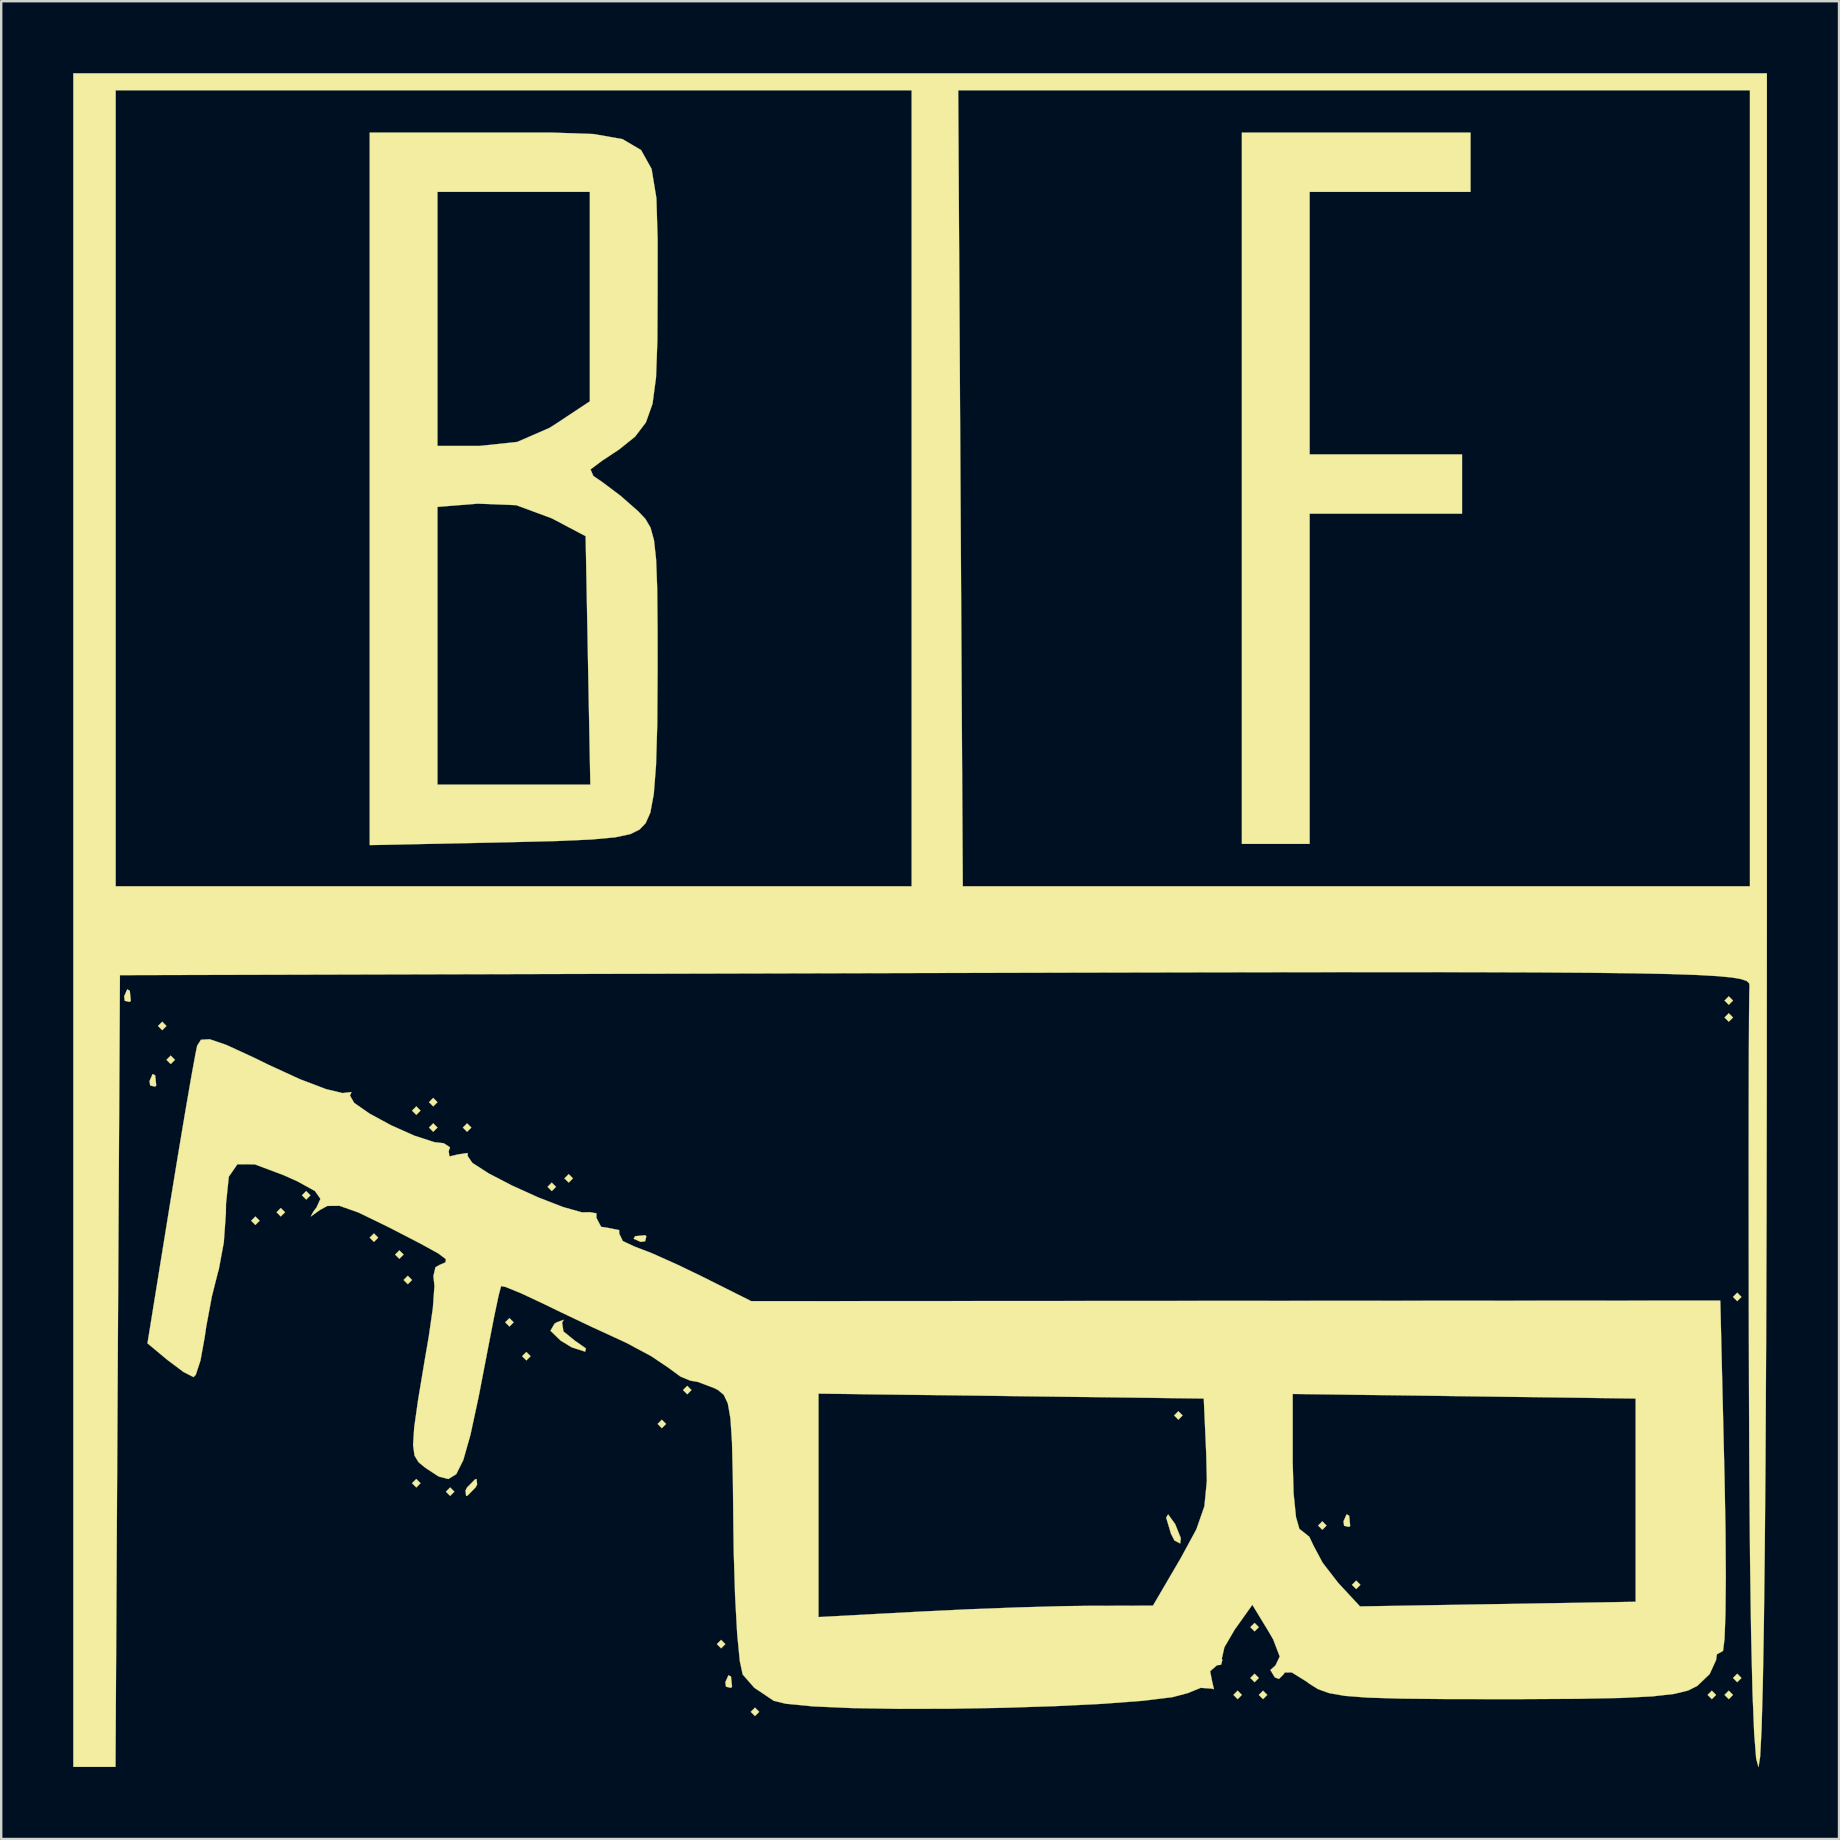
<source format=kicad_pcb>
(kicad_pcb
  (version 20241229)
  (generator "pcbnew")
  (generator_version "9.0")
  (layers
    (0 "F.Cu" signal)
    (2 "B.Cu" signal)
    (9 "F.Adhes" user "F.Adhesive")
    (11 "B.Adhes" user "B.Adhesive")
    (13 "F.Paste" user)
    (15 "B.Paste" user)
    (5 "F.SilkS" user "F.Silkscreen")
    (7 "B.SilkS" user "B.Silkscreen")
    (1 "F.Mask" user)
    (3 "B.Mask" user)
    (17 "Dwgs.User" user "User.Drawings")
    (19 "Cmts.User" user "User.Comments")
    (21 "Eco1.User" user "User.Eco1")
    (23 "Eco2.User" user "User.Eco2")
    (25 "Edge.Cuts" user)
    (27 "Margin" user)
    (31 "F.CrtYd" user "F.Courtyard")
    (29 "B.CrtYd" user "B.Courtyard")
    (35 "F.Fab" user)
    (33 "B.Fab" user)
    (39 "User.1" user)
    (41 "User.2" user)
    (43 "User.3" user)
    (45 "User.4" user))
  (footprint "fp"
    (layer "F.Cu")
    (at 35.283 35.283)
    (property "Reference" "fp" (at 0 0 0) (layer "F.SilkS") (effects (font (size 1.524 1.524) (thickness 0.3))))
    (attr through_hole)
    (fp_poly (pts (xy -31.397 4.41) (xy -31.574 4.586) (xy -31.75 4.41) (xy -31.574 4.233) (xy -31.397 4.41)) (stroke (width 0.01) (type solid)) (fill yes) (layer "F.SilkS"))
    (fp_poly (pts (xy -31.044 5.821) (xy -31.221 5.997) (xy -31.397 5.821) (xy -31.221 5.644) (xy -31.044 5.821)) (stroke (width 0.01) (type solid)) (fill yes) (layer "F.SilkS"))
    (fp_poly (pts (xy -27.517 12.524) (xy -27.693 12.7) (xy -27.869 12.524) (xy -27.693 12.347) (xy -27.517 12.524)) (stroke (width 0.01) (type solid)) (fill yes) (layer "F.SilkS"))
    (fp_poly (pts (xy -26.458 12.171) (xy -26.635 12.347) (xy -26.811 12.171) (xy -26.635 11.994) (xy -26.458 12.171)) (stroke (width 0.01) (type solid)) (fill yes) (layer "F.SilkS"))
    (fp_poly (pts (xy -25.4 11.465) (xy -25.576 11.642) (xy -25.753 11.465) (xy -25.576 11.289) (xy -25.4 11.465)) (stroke (width 0.01) (type solid)) (fill yes) (layer "F.SilkS"))
    (fp_poly (pts (xy -22.578 13.229) (xy -22.754 13.406) (xy -22.931 13.229) (xy -22.754 13.053) (xy -22.578 13.229)) (stroke (width 0.01) (type solid)) (fill yes) (layer "F.SilkS"))
    (fp_poly (pts (xy -21.519 13.935) (xy -21.696 14.111) (xy -21.872 13.935) (xy -21.696 13.758) (xy -21.519 13.935)) (stroke (width 0.01) (type solid)) (fill yes) (layer "F.SilkS"))
    (fp_poly (pts (xy -21.167 14.993) (xy -21.343 15.169) (xy -21.519 14.993) (xy -21.343 14.817) (xy -21.167 14.993)) (stroke (width 0.01) (type solid)) (fill yes) (layer "F.SilkS"))
    (fp_poly (pts (xy -20.814 7.938) (xy -20.99 8.114) (xy -21.167 7.938) (xy -20.99 7.761) (xy -20.814 7.938)) (stroke (width 0.01) (type solid)) (fill yes) (layer "F.SilkS"))
    (fp_poly (pts (xy -20.814 23.46) (xy -20.99 23.636) (xy -21.167 23.46) (xy -20.99 23.283) (xy -20.814 23.46)) (stroke (width 0.01) (type solid)) (fill yes) (layer "F.SilkS"))
    (fp_poly (pts (xy -20.108 7.585) (xy -20.285 7.761) (xy -20.461 7.585) (xy -20.285 7.408) (xy -20.108 7.585)) (stroke (width 0.01) (type solid)) (fill yes) (layer "F.SilkS"))
    (fp_poly (pts (xy -20.108 8.643) (xy -20.285 8.819) (xy -20.461 8.643) (xy -20.285 8.467) (xy -20.108 8.643)) (stroke (width 0.01) (type solid)) (fill yes) (layer "F.SilkS"))
    (fp_poly (pts (xy -19.403 23.812) (xy -19.579 23.989) (xy -19.756 23.812) (xy -19.579 23.636) (xy -19.403 23.812)) (stroke (width 0.01) (type solid)) (fill yes) (layer "F.SilkS"))
    (fp_poly (pts (xy -18.697 8.643) (xy -18.874 8.819) (xy -19.05 8.643) (xy -18.874 8.467) (xy -18.697 8.643)) (stroke (width 0.01) (type solid)) (fill yes) (layer "F.SilkS"))
    (fp_poly (pts (xy -16.933 16.757) (xy -17.11 16.933) (xy -17.286 16.757) (xy -17.11 16.581) (xy -16.933 16.757)) (stroke (width 0.01) (type solid)) (fill yes) (layer "F.SilkS"))
    (fp_poly (pts (xy -16.228 18.168) (xy -16.404 18.344) (xy -16.581 18.168) (xy -16.404 17.992) (xy -16.228 18.168)) (stroke (width 0.01) (type solid)) (fill yes) (layer "F.SilkS"))
    (fp_poly (pts (xy -15.169 11.113) (xy -15.346 11.289) (xy -15.522 11.113) (xy -15.346 10.936) (xy -15.169 11.113)) (stroke (width 0.01) (type solid)) (fill yes) (layer "F.SilkS"))
    (fp_poly (pts (xy -14.464 10.76) (xy -14.64 10.936) (xy -14.817 10.76) (xy -14.64 10.583) (xy -14.464 10.76)) (stroke (width 0.01) (type solid)) (fill yes) (layer "F.SilkS"))
    (fp_poly (pts (xy -10.583 20.99) (xy -10.76 21.167) (xy -10.936 20.99) (xy -10.76 20.814) (xy -10.583 20.99)) (stroke (width 0.01) (type solid)) (fill yes) (layer "F.SilkS"))
    (fp_poly (pts (xy -9.525 19.579) (xy -9.701 19.756) (xy -9.878 19.579) (xy -9.701 19.403) (xy -9.525 19.579)) (stroke (width 0.01) (type solid)) (fill yes) (layer "F.SilkS"))
    (fp_poly (pts (xy -8.114 30.163) (xy -8.29 30.339) (xy -8.467 30.163) (xy -8.29 29.986) (xy -8.114 30.163)) (stroke (width 0.01) (type solid)) (fill yes) (layer "F.SilkS"))
    (fp_poly (pts (xy -6.703 32.985) (xy -6.879 33.161) (xy -7.056 32.985) (xy -6.879 32.808) (xy -6.703 32.985)) (stroke (width 0.01) (type solid)) (fill yes) (layer "F.SilkS"))
    (fp_poly (pts (xy 10.936 20.637) (xy 10.76 20.814) (xy 10.583 20.637) (xy 10.76 20.461) (xy 10.936 20.637)) (stroke (width 0.01) (type solid)) (fill yes) (layer "F.SilkS"))
    (fp_poly (pts (xy 13.406 32.279) (xy 13.229 32.456) (xy 13.053 32.279) (xy 13.229 32.103) (xy 13.406 32.279)) (stroke (width 0.01) (type solid)) (fill yes) (layer "F.SilkS"))
    (fp_poly (pts (xy 14.111 29.457) (xy 13.935 29.633) (xy 13.758 29.457) (xy 13.935 29.281) (xy 14.111 29.457)) (stroke (width 0.01) (type solid)) (fill yes) (layer "F.SilkS"))
    (fp_poly (pts (xy 14.111 31.574) (xy 13.935 31.75) (xy 13.758 31.574) (xy 13.935 31.397) (xy 14.111 31.574)) (stroke (width 0.01) (type solid)) (fill yes) (layer "F.SilkS"))
    (fp_poly (pts (xy 14.464 32.279) (xy 14.287 32.456) (xy 14.111 32.279) (xy 14.287 32.103) (xy 14.464 32.279)) (stroke (width 0.01) (type solid)) (fill yes) (layer "F.SilkS"))
    (fp_poly (pts (xy 16.933 25.224) (xy 16.757 25.4) (xy 16.581 25.224) (xy 16.757 25.047) (xy 16.933 25.224)) (stroke (width 0.01) (type solid)) (fill yes) (layer "F.SilkS"))
    (fp_poly (pts (xy 18.344 27.693) (xy 18.168 27.869) (xy 17.992 27.693) (xy 18.168 27.517) (xy 18.344 27.693)) (stroke (width 0.01) (type solid)) (fill yes) (layer "F.SilkS"))
    (fp_poly (pts (xy 33.161 32.279) (xy 32.985 32.456) (xy 32.808 32.279) (xy 32.985 32.103) (xy 33.161 32.279)) (stroke (width 0.01) (type solid)) (fill yes) (layer "F.SilkS"))
    (fp_poly (pts (xy 33.867 3.351) (xy 33.69 3.528) (xy 33.514 3.351) (xy 33.69 3.175) (xy 33.867 3.351)) (stroke (width 0.01) (type solid)) (fill yes) (layer "F.SilkS"))
    (fp_poly (pts (xy 33.867 4.057) (xy 33.69 4.233) (xy 33.514 4.057) (xy 33.69 3.881) (xy 33.867 4.057)) (stroke (width 0.01) (type solid)) (fill yes) (layer "F.SilkS"))
    (fp_poly (pts (xy 33.867 32.279) (xy 33.69 32.456) (xy 33.514 32.279) (xy 33.69 32.103) (xy 33.867 32.279)) (stroke (width 0.01) (type solid)) (fill yes) (layer "F.SilkS"))
    (fp_poly (pts (xy 34.219 15.699) (xy 34.043 15.875) (xy 33.867 15.699) (xy 34.043 15.522) (xy 34.219 15.699)) (stroke (width 0.01) (type solid)) (fill yes) (layer "F.SilkS"))
    (fp_poly (pts (xy 34.219 31.574) (xy 34.043 31.75) (xy 33.867 31.574) (xy 34.043 31.397) (xy 34.219 31.574)) (stroke (width 0.01) (type solid)) (fill yes) (layer "F.SilkS"))
    (fp_poly (pts (xy -32.926 2.94) (xy -32.884 3.358) (xy -32.926 3.41) (xy -33.136 3.362) (xy -33.161 3.175) (xy -33.032 2.885) (xy -32.926 2.94)) (stroke (width 0.01) (type solid)) (fill yes) (layer "F.SilkS"))
    (fp_poly (pts (xy -31.868 6.468) (xy -31.825 6.886) (xy -31.868 6.938) (xy -32.077 6.89) (xy -32.103 6.703) (xy -31.974 6.412) (xy -31.868 6.468)) (stroke (width 0.01) (type solid)) (fill yes) (layer "F.SilkS"))
    (fp_poly (pts (xy -11.406 13.17) (xy -11.455 13.38) (xy -11.642 13.406) (xy -11.932 13.276) (xy -11.877 13.17) (xy -11.458 13.128) (xy -11.406 13.17)) (stroke (width 0.01) (type solid)) (fill yes) (layer "F.SilkS"))
    (fp_poly (pts (xy -7.879 31.515) (xy -7.836 31.933) (xy -7.879 31.985) (xy -8.088 31.937) (xy -8.114 31.75) (xy -7.985 31.46) (xy -7.879 31.515)) (stroke (width 0.01) (type solid)) (fill yes) (layer "F.SilkS"))
    (fp_poly (pts (xy 17.874 24.812) (xy 17.916 25.231) (xy 17.874 25.282) (xy 17.664 25.234) (xy 17.639 25.047) (xy 17.768 24.757) (xy 17.874 24.812)) (stroke (width 0.01) (type solid)) (fill yes) (layer "F.SilkS"))
    (fp_poly (pts (xy 10.626 25.162) (xy 10.86 25.746) (xy 10.836 25.971) (xy 10.595 25.845) (xy 10.451 25.563) (xy 10.251 24.893) (xy 10.333 24.759) (xy 10.626 25.162)) (stroke (width 0.01) (type solid)) (fill yes) (layer "F.SilkS"))
    (fp_poly (pts (xy -18.455 23.511) (xy -18.521 23.636) (xy -18.853 23.973) (xy -18.915 23.989) (xy -18.939 23.761) (xy -18.874 23.636) (xy -18.541 23.299) (xy -18.479 23.283) (xy -18.455 23.511)) (stroke (width 0.01) (type solid)) (fill yes) (layer "F.SilkS"))
    (fp_poly (pts (xy 22.931 -30.339) (xy 16.228 -30.339) (xy 16.228 -19.403) (xy 22.578 -19.403) (xy 22.578 -16.933) (xy 16.228 -16.933) (xy 16.228 -3.175) (xy 13.406 -3.175) (xy 13.406 -32.808) (xy 22.931 -32.808) (xy 22.931 -30.339)) (stroke (width 0.01) (type solid)) (fill yes) (layer "F.SilkS"))
    (fp_poly (pts (xy -14.916 16.77) (xy -14.859 17.136) (xy -14.387 17.52) (xy -13.922 17.846) (xy -13.955 17.979) (xy -14.516 17.798) (xy -14.979 17.516) (xy -15.4 17.108) (xy -15.232 16.815) (xy -15.135 16.754) (xy -14.846 16.651) (xy -14.916 16.77)) (stroke (width 0.01) (type solid)) (fill yes) (layer "F.SilkS"))
    (fp_poly (pts (xy -13.595 -32.748) (xy -12.397 -32.536) (xy -11.626 -32.082) (xy -11.187 -31.296) (xy -10.987 -30.085) (xy -10.935 -28.36) (xy -10.936 -26.266) (xy -10.946 -24.149) (xy -11.002 -22.607) (xy -11.148 -21.512) (xy -11.424 -20.734) (xy -11.874 -20.142) (xy -12.539 -19.608) (xy -13.25 -19.138) (xy -13.731 -18.777) (xy -13.614 -18.503) (xy -13.25 -18.256) (xy -12.487 -17.683) (xy -11.751 -17.038) (xy -11.448 -16.719) (xy -11.232 -16.354) (xy -11.087 -15.828) (xy -10.999 -15.025) (xy -10.954 -13.832) (xy -10.938 -12.133) (xy -10.936 -10.49) (xy -10.951 -8.164) (xy -11.002 -6.448) (xy -11.096 -5.249) (xy -11.24 -4.475) (xy -11.436 -4.036) (xy -11.688 -3.773) (xy -12.073 -3.583) (xy -12.704 -3.449) (xy -13.693 -3.358) (xy -15.153 -3.294) (xy -17.194 -3.243) (xy -17.433 -3.238) (xy -22.931 -3.125) (xy -22.931 -17.215) (xy -20.108 -17.215) (xy -20.108 -5.644) (xy -13.739 -5.644) (xy -13.837 -10.82) (xy -13.935 -15.995) (xy -15.346 -16.74) (xy -16.827 -17.287) (xy -18.433 -17.35) (xy -20.108 -17.215) (xy -22.931 -17.215) (xy -22.931 -30.339) (xy -20.108 -30.339) (xy -20.108 -19.756) (xy -18.337 -19.756) (xy -16.783 -19.922) (xy -15.443 -20.506) (xy -15.162 -20.684) (xy -13.758 -21.613) (xy -13.758 -30.339) (xy -20.108 -30.339) (xy -22.931 -30.339) (xy -22.931 -32.808) (xy -17.639 -32.808) (xy -15.311 -32.808) (xy -13.595 -32.748)) (stroke (width 0.01) (type solid)) (fill yes) (layer "F.SilkS"))
    (fp_poly (pts (xy 35.278 0) (xy 35.274 6.583) (xy 35.264 12.499) (xy 35.246 17.741) (xy 35.222 22.308) (xy 35.19 26.194) (xy 35.152 29.396) (xy 35.107 31.909) (xy 35.056 33.729) (xy 34.997 34.852) (xy 34.932 35.274) (xy 34.925 35.278) (xy 34.831 34.927) (xy 34.749 33.886) (xy 34.679 32.168) (xy 34.622 29.788) (xy 34.578 26.76) (xy 34.547 23.099) (xy 34.532 19.315) (xy 34.525 16.008) (xy 34.521 12.905) (xy 34.52 10.081) (xy 34.522 7.609) (xy 34.527 5.563) (xy 34.534 4.017) (xy 34.544 3.045) (xy 34.554 2.732) (xy 34.537 2.629) (xy 34.437 2.538) (xy 34.212 2.459) (xy 33.822 2.391) (xy 33.225 2.334) (xy 32.379 2.286) (xy 31.244 2.247) (xy 29.778 2.217) (xy 27.94 2.194) (xy 25.689 2.179) (xy 22.984 2.17) (xy 19.783 2.167) (xy 16.046 2.17) (xy 11.73 2.177) (xy 6.795 2.187) (xy 1.2 2.202) (xy 0.64 2.203) (xy -33.337 2.293) (xy -33.429 18.785) (xy -33.521 35.278) (xy -35.278 35.278) (xy -35.278 -34.572) (xy -33.514 -34.572) (xy -33.514 -1.411) (xy -0.353 -1.411) (xy -0.353 -34.572) (xy -33.514 -34.572) (xy -35.278 -34.572) (xy -35.278 -34.572) (xy 1.587 -34.572) (xy 1.683 -17.992) (xy 1.778 -1.411) (xy 34.572 -1.411) (xy 34.572 -34.572) (xy 18.08 -34.572) (xy 1.587 -34.572) (xy -35.278 -34.572) (xy -35.278 -35.278) (xy 35.278 -35.278) (xy 35.278 0)) (stroke (width 0.01) (type solid)) (fill yes) (layer "F.SilkS"))
    (fp_poly (pts (xy -28.913 5.196) (xy -27.778 5.718) (xy -27.132 6.034) (xy -25.833 6.63) (xy -24.753 7.041) (xy -24.059 7.207) (xy -23.917 7.188) (xy -23.69 7.164) (xy -23.753 7.312) (xy -23.577 7.615) (xy -22.938 8.061) (xy -22.036 8.55) (xy -21.069 8.981) (xy -20.236 9.252) (xy -19.848 9.295) (xy -19.584 9.468) (xy -19.641 9.625) (xy -19.609 9.846) (xy -19.266 9.765) (xy -18.852 9.702) (xy -18.846 9.834) (xy -18.653 10.115) (xy -17.978 10.551) (xy -17.002 11.058) (xy -15.906 11.554) (xy -14.874 11.954) (xy -14.087 12.176) (xy -13.756 12.169) (xy -13.483 12.216) (xy -13.485 12.409) (xy -13.289 12.778) (xy -12.968 12.828) (xy -12.538 12.916) (xy -12.533 13.067) (xy -12.386 13.371) (xy -11.911 13.595) (xy -11.177 13.877) (xy -10.078 14.369) (xy -9.074 14.854) (xy -7.035 15.875) (xy 33.337 15.851) (xy 33.514 23.238) (xy 33.554 25.422) (xy 33.567 27.334) (xy 33.553 28.875) (xy 33.514 29.943) (xy 33.452 30.44) (xy 33.426 30.461) (xy 33.195 30.589) (xy 33.161 30.827) (xy 32.895 31.41) (xy 32.377 31.906) (xy 31.994 32.097) (xy 31.402 32.24) (xy 30.508 32.34) (xy 29.216 32.406) (xy 27.432 32.442) (xy 25.063 32.455) (xy 24.311 32.456) (xy 21.852 32.452) (xy 19.997 32.433) (xy 18.644 32.392) (xy 17.691 32.319) (xy 17.037 32.204) (xy 16.579 32.039) (xy 16.217 31.814) (xy 16.099 31.724) (xy 15.485 31.342) (xy 15.178 31.346) (xy 15.169 31.392) (xy 14.95 31.615) (xy 14.779 31.55) (xy 14.592 31.242) (xy 14.805 31.052) (xy 14.983 30.68) (xy 14.71 29.967) (xy 14.532 29.66) (xy 13.842 28.525) (xy 13.105 29.56) (xy 12.677 30.294) (xy 12.568 30.776) (xy 12.593 30.82) (xy 12.539 31.023) (xy 12.368 31.044) (xy 12.083 31.292) (xy 12.152 31.651) (xy 12.24 32.042) (xy 12.143 32.016) (xy 11.691 31.985) (xy 11.154 32.203) (xy 10.508 32.374) (xy 9.286 32.523) (xy 7.619 32.649) (xy 5.637 32.747) (xy 3.469 32.817) (xy 1.246 32.855) (xy -0.902 32.86) (xy -2.846 32.828) (xy -4.456 32.758) (xy -5.6 32.647) (xy -6.095 32.526) (xy -6.91 31.98) (xy -7.391 31.43) (xy -7.512 30.867) (xy -7.621 29.739) (xy -7.66 29.036) (xy -4.233 29.036) (xy 0.055 28.806) (xy 2.055 28.71) (xy 4.108 28.633) (xy 5.942 28.582) (xy 7.023 28.568) (xy 9.701 28.561) (xy 10.863 26.574) (xy 11.51 25.381) (xy 11.844 24.421) (xy 11.947 23.357) (xy 11.928 22.57) (xy 15.522 22.57) (xy 15.56 23.883) (xy 15.66 24.872) (xy 15.804 25.371) (xy 15.851 25.4) (xy 16.214 25.69) (xy 16.392 26.066) (xy 16.772 26.777) (xy 17.411 27.603) (xy 17.465 27.663) (xy 18.327 28.593) (xy 29.81 28.399) (xy 29.81 19.932) (xy 22.666 19.836) (xy 15.522 19.741) (xy 15.522 22.57) (xy 11.928 22.57) (xy 11.921 22.26) (xy 11.818 19.932) (xy 3.792 19.83) (xy -4.233 19.727) (xy -4.233 29.036) (xy -7.66 29.036) (xy -7.707 28.183) (xy -7.764 26.339) (xy -7.779 25.316) (xy -7.801 23.237) (xy -7.837 21.754) (xy -7.902 20.756) (xy -8.012 20.133) (xy -8.181 19.776) (xy -8.425 19.573) (xy -8.587 19.493) (xy -9.268 19.237) (xy -9.576 19.186) (xy -9.989 19.014) (xy -10.458 18.668) (xy -11.198 18.169) (xy -12.228 17.617) (xy -12.524 17.479) (xy -13.712 16.933) (xy -15.088 16.278) (xy -15.659 15.999) (xy -16.621 15.548) (xy -17.279 15.281) (xy -17.457 15.248) (xy -17.555 15.617) (xy -17.74 16.49) (xy -17.964 17.639) (xy -18.39 19.849) (xy -18.733 21.442) (xy -19.031 22.494) (xy -19.325 23.083) (xy -19.655 23.285) (xy -20.06 23.179) (xy -20.579 22.84) (xy -20.624 22.808) (xy -20.895 22.586) (xy -21.063 22.31) (xy -21.124 21.865) (xy -21.076 21.13) (xy -20.915 19.991) (xy -20.638 18.327) (xy -20.471 17.357) (xy -20.299 16.159) (xy -20.233 15.239) (xy -20.277 14.83) (xy -20.191 14.461) (xy -20.022 14.366) (xy -19.775 14.259) (xy -19.757 14.125) (xy -20.066 13.891) (xy -20.8 13.486) (xy -22.056 12.837) (xy -22.178 12.775) (xy -23.405 12.179) (xy -24.191 11.903) (xy -24.699 11.908) (xy -25 12.074) (xy -25.386 12.348) (xy -25.273 12.137) (xy -25.144 11.969) (xy -24.983 11.612) (xy -25.211 11.287) (xy -25.937 10.886) (xy -26.521 10.624) (xy -27.721 10.175) (xy -28.442 10.171) (xy -28.801 10.691) (xy -28.917 11.812) (xy -28.922 12.206) (xy -29.009 13.428) (xy -29.215 14.541) (xy -29.254 14.676) (xy -29.505 15.67) (xy -29.741 16.935) (xy -29.805 17.374) (xy -29.981 18.347) (xy -30.178 18.945) (xy -30.272 19.038) (xy -30.689 18.825) (xy -31.351 18.33) (xy -31.352 18.329) (xy -32.189 17.632) (xy -31.235 11.727) (xy -30.908 9.732) (xy -30.61 7.953) (xy -30.362 6.518) (xy -30.187 5.558) (xy -30.118 5.23) (xy -29.961 4.985) (xy -29.6 4.963) (xy -28.913 5.196)) (stroke (width 0.01) (type solid)) (fill yes) (layer "F.SilkS")))
  (gr_rect
    (start -3 -3)
    (end 73.566 73.566)
    (stroke (width 0.1) (type default))
    (fill no)
    (layer "Edge.Cuts")))
</source>
